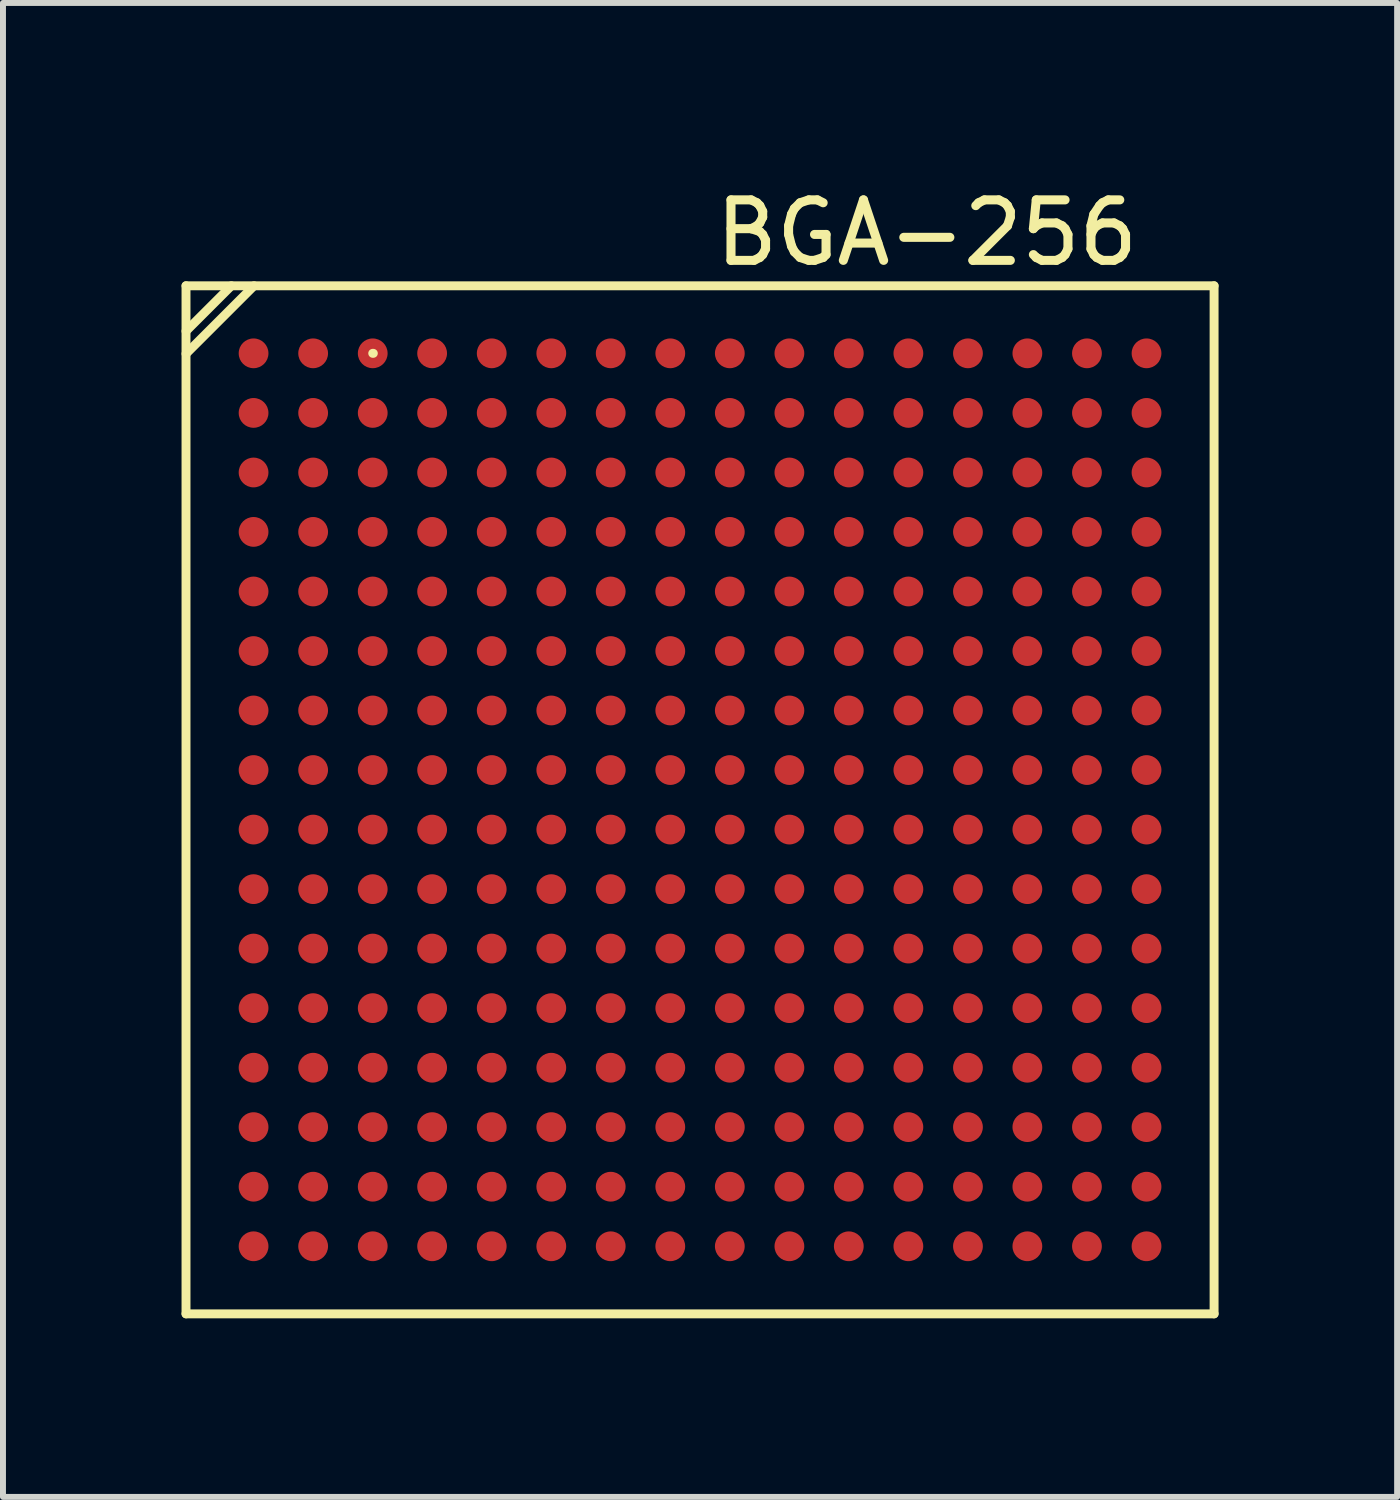
<source format=kicad_pcb>
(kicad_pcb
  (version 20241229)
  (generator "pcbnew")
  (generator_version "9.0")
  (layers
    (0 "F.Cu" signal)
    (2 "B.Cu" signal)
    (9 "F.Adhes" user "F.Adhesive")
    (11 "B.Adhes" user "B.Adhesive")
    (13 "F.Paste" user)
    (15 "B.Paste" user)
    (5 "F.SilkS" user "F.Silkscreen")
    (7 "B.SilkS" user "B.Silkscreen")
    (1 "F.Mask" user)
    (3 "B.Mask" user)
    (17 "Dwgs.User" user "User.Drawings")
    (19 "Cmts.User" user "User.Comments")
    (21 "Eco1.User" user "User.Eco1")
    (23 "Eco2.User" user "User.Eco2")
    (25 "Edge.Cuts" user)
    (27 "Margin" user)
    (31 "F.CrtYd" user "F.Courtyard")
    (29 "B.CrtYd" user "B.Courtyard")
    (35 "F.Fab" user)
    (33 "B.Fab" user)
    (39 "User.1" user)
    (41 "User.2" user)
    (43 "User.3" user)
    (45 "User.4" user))
  (footprint "BGA-256"
    (layer "F.Cu")
    (at 8.711 10.387)
    (property "Reference" "BGA-256" (at 3.81 -9.525 0) (layer "F.SilkS") (effects (font (size 1.016 1.016) (thickness 0.152))))
    (attr smd)
    (fp_line (start -8.636 -8.636) (end 8.636 -8.636) (stroke (width 0.15) (type solid)) (layer "F.SilkS"))
    (fp_line (start -8.636 -7.874) (end -7.874 -8.636) (stroke (width 0.15) (type solid)) (layer "F.SilkS"))
    (fp_line (start -8.636 -7.493) (end -7.493 -8.636) (stroke (width 0.15) (type solid)) (layer "F.SilkS"))
    (fp_line (start -8.636 8.636) (end -8.636 -8.636) (stroke (width 0.15) (type solid)) (layer "F.SilkS"))
    (fp_line (start -5.499 -7.501) (end -5.489 -7.501) (stroke (width 0.15) (type solid)) (layer "F.SilkS"))
    (fp_line (start 8.636 -8.636) (end 8.636 8.636) (stroke (width 0.15) (type solid)) (layer "F.SilkS"))
    (fp_line (start 8.636 8.636) (end -8.636 8.636) (stroke (width 0.15) (type solid)) (layer "F.SilkS"))
    (pad "A1" smd circle (at -7.501 -7.501) (size 0.5 0.5) (layers "F.Cu" "F.Mask" "F.Paste"))
    (pad "A2" smd circle (at -6.5 -7.501) (size 0.5 0.5) (layers "F.Cu" "F.Mask" "F.Paste"))
    (pad "A3" smd circle (at -5.499 -7.501) (size 0.5 0.5) (layers "F.Cu" "F.Mask" "F.Paste"))
    (pad "A4" smd circle (at -4.501 -7.501) (size 0.5 0.5) (layers "F.Cu" "F.Mask" "F.Paste"))
    (pad "A5" smd circle (at -3.5 -7.501) (size 0.5 0.5) (layers "F.Cu" "F.Mask" "F.Paste"))
    (pad "A6" smd circle (at -2.499 -7.501) (size 0.5 0.5) (layers "F.Cu" "F.Mask" "F.Paste"))
    (pad "A7" smd circle (at -1.501 -7.501) (size 0.5 0.5) (layers "F.Cu" "F.Mask" "F.Paste"))
    (pad "A8" smd circle (at -0.5 -7.501) (size 0.5 0.5) (layers "F.Cu" "F.Mask" "F.Paste"))
    (pad "A9" smd circle (at 0.5 -7.501) (size 0.5 0.5) (layers "F.Cu" "F.Mask" "F.Paste"))
    (pad "A10" smd circle (at 1.501 -7.501) (size 0.5 0.5) (layers "F.Cu" "F.Mask" "F.Paste"))
    (pad "A11" smd circle (at 2.499 -7.501) (size 0.5 0.5) (layers "F.Cu" "F.Mask" "F.Paste"))
    (pad "A12" smd circle (at 3.5 -7.501) (size 0.5 0.5) (layers "F.Cu" "F.Mask" "F.Paste"))
    (pad "A13" smd circle (at 4.501 -7.501) (size 0.5 0.5) (layers "F.Cu" "F.Mask" "F.Paste"))
    (pad "A14" smd circle (at 5.499 -7.501) (size 0.5 0.5) (layers "F.Cu" "F.Mask" "F.Paste"))
    (pad "A15" smd circle (at 6.5 -7.501) (size 0.5 0.5) (layers "F.Cu" "F.Mask" "F.Paste"))
    (pad "A16" smd circle (at 7.501 -7.501) (size 0.5 0.5) (layers "F.Cu" "F.Mask" "F.Paste"))
    (pad "B1" smd circle (at -7.501 -6.5) (size 0.5 0.5) (layers "F.Cu" "F.Mask" "F.Paste"))
    (pad "B2" smd circle (at -6.5 -6.5) (size 0.5 0.5) (layers "F.Cu" "F.Mask" "F.Paste"))
    (pad "B3" smd circle (at -5.499 -6.5) (size 0.5 0.5) (layers "F.Cu" "F.Mask" "F.Paste"))
    (pad "B4" smd circle (at -4.501 -6.5) (size 0.5 0.5) (layers "F.Cu" "F.Mask" "F.Paste"))
    (pad "B5" smd circle (at -3.5 -6.5) (size 0.5 0.5) (layers "F.Cu" "F.Mask" "F.Paste"))
    (pad "B6" smd circle (at -2.499 -6.5) (size 0.5 0.5) (layers "F.Cu" "F.Mask" "F.Paste"))
    (pad "B7" smd circle (at -1.501 -6.5) (size 0.5 0.5) (layers "F.Cu" "F.Mask" "F.Paste"))
    (pad "B8" smd circle (at -0.5 -6.5) (size 0.5 0.5) (layers "F.Cu" "F.Mask" "F.Paste"))
    (pad "B9" smd circle (at 0.5 -6.5) (size 0.5 0.5) (layers "F.Cu" "F.Mask" "F.Paste"))
    (pad "B10" smd circle (at 1.501 -6.5) (size 0.5 0.5) (layers "F.Cu" "F.Mask" "F.Paste"))
    (pad "B11" smd circle (at 2.499 -6.5) (size 0.5 0.5) (layers "F.Cu" "F.Mask" "F.Paste"))
    (pad "B12" smd circle (at 3.5 -6.5) (size 0.5 0.5) (layers "F.Cu" "F.Mask" "F.Paste"))
    (pad "B13" smd circle (at 4.501 -6.5) (size 0.5 0.5) (layers "F.Cu" "F.Mask" "F.Paste"))
    (pad "B14" smd circle (at 5.499 -6.5) (size 0.5 0.5) (layers "F.Cu" "F.Mask" "F.Paste"))
    (pad "B15" smd circle (at 6.5 -6.5) (size 0.5 0.5) (layers "F.Cu" "F.Mask" "F.Paste"))
    (pad "B16" smd circle (at 7.501 -6.5) (size 0.5 0.5) (layers "F.Cu" "F.Mask" "F.Paste"))
    (pad "C1" smd circle (at -7.501 -5.499) (size 0.5 0.5) (layers "F.Cu" "F.Mask" "F.Paste"))
    (pad "C2" smd circle (at -6.5 -5.499) (size 0.5 0.5) (layers "F.Cu" "F.Mask" "F.Paste"))
    (pad "C3" smd circle (at -5.499 -5.499) (size 0.5 0.5) (layers "F.Cu" "F.Mask" "F.Paste"))
    (pad "C4" smd circle (at -4.501 -5.499) (size 0.5 0.5) (layers "F.Cu" "F.Mask" "F.Paste"))
    (pad "C5" smd circle (at -3.5 -5.499) (size 0.5 0.5) (layers "F.Cu" "F.Mask" "F.Paste"))
    (pad "C6" smd circle (at -2.499 -5.499) (size 0.5 0.5) (layers "F.Cu" "F.Mask" "F.Paste"))
    (pad "C7" smd circle (at -1.501 -5.499) (size 0.5 0.5) (layers "F.Cu" "F.Mask" "F.Paste"))
    (pad "C8" smd circle (at -0.5 -5.499) (size 0.5 0.5) (layers "F.Cu" "F.Mask" "F.Paste"))
    (pad "C9" smd circle (at 0.5 -5.499) (size 0.5 0.5) (layers "F.Cu" "F.Mask" "F.Paste"))
    (pad "C10" smd circle (at 1.501 -5.499) (size 0.5 0.5) (layers "F.Cu" "F.Mask" "F.Paste"))
    (pad "C11" smd circle (at 2.499 -5.499) (size 0.5 0.5) (layers "F.Cu" "F.Mask" "F.Paste"))
    (pad "C12" smd circle (at 3.5 -5.499) (size 0.5 0.5) (layers "F.Cu" "F.Mask" "F.Paste"))
    (pad "C13" smd circle (at 4.501 -5.499) (size 0.5 0.5) (layers "F.Cu" "F.Mask" "F.Paste"))
    (pad "C14" smd circle (at 5.499 -5.499) (size 0.5 0.5) (layers "F.Cu" "F.Mask" "F.Paste"))
    (pad "C15" smd circle (at 6.5 -5.499) (size 0.5 0.5) (layers "F.Cu" "F.Mask" "F.Paste"))
    (pad "C16" smd circle (at 7.501 -5.499) (size 0.5 0.5) (layers "F.Cu" "F.Mask" "F.Paste"))
    (pad "D1" smd circle (at -7.501 -4.501) (size 0.5 0.5) (layers "F.Cu" "F.Mask" "F.Paste"))
    (pad "D2" smd circle (at -6.5 -4.501) (size 0.5 0.5) (layers "F.Cu" "F.Mask" "F.Paste"))
    (pad "D3" smd circle (at -5.499 -4.501) (size 0.5 0.5) (layers "F.Cu" "F.Mask" "F.Paste"))
    (pad "D4" smd circle (at -4.501 -4.501) (size 0.5 0.5) (layers "F.Cu" "F.Mask" "F.Paste"))
    (pad "D5" smd circle (at -3.5 -4.501) (size 0.5 0.5) (layers "F.Cu" "F.Mask" "F.Paste"))
    (pad "D6" smd circle (at -2.499 -4.501) (size 0.5 0.5) (layers "F.Cu" "F.Mask" "F.Paste"))
    (pad "D7" smd circle (at -1.501 -4.501) (size 0.5 0.5) (layers "F.Cu" "F.Mask" "F.Paste"))
    (pad "D8" smd circle (at -0.5 -4.501) (size 0.5 0.5) (layers "F.Cu" "F.Mask" "F.Paste"))
    (pad "D9" smd circle (at 0.5 -4.501) (size 0.5 0.5) (layers "F.Cu" "F.Mask" "F.Paste"))
    (pad "D10" smd circle (at 1.501 -4.501) (size 0.5 0.5) (layers "F.Cu" "F.Mask" "F.Paste"))
    (pad "D11" smd circle (at 2.499 -4.501) (size 0.5 0.5) (layers "F.Cu" "F.Mask" "F.Paste"))
    (pad "D12" smd circle (at 3.5 -4.501) (size 0.5 0.5) (layers "F.Cu" "F.Mask" "F.Paste"))
    (pad "D13" smd circle (at 4.501 -4.501) (size 0.5 0.5) (layers "F.Cu" "F.Mask" "F.Paste"))
    (pad "D14" smd circle (at 5.499 -4.501) (size 0.5 0.5) (layers "F.Cu" "F.Mask" "F.Paste"))
    (pad "D15" smd circle (at 6.5 -4.501) (size 0.5 0.5) (layers "F.Cu" "F.Mask" "F.Paste"))
    (pad "D16" smd circle (at 7.501 -4.501) (size 0.5 0.5) (layers "F.Cu" "F.Mask" "F.Paste"))
    (pad "E1" smd circle (at -7.501 -3.5) (size 0.5 0.5) (layers "F.Cu" "F.Mask" "F.Paste"))
    (pad "E2" smd circle (at -6.5 -3.5) (size 0.5 0.5) (layers "F.Cu" "F.Mask" "F.Paste"))
    (pad "E3" smd circle (at -5.499 -3.5) (size 0.5 0.5) (layers "F.Cu" "F.Mask" "F.Paste"))
    (pad "E4" smd circle (at -4.501 -3.5) (size 0.5 0.5) (layers "F.Cu" "F.Mask" "F.Paste"))
    (pad "E5" smd circle (at -3.5 -3.5) (size 0.5 0.5) (layers "F.Cu" "F.Mask" "F.Paste"))
    (pad "E6" smd circle (at -2.499 -3.5) (size 0.5 0.5) (layers "F.Cu" "F.Mask" "F.Paste"))
    (pad "E7" smd circle (at -1.501 -3.5) (size 0.5 0.5) (layers "F.Cu" "F.Mask" "F.Paste"))
    (pad "E8" smd circle (at -0.5 -3.5) (size 0.5 0.5) (layers "F.Cu" "F.Mask" "F.Paste"))
    (pad "E9" smd circle (at 0.5 -3.5) (size 0.5 0.5) (layers "F.Cu" "F.Mask" "F.Paste"))
    (pad "E10" smd circle (at 1.501 -3.5) (size 0.5 0.5) (layers "F.Cu" "F.Mask" "F.Paste"))
    (pad "E11" smd circle (at 2.499 -3.5) (size 0.5 0.5) (layers "F.Cu" "F.Mask" "F.Paste"))
    (pad "E12" smd circle (at 3.5 -3.5) (size 0.5 0.5) (layers "F.Cu" "F.Mask" "F.Paste"))
    (pad "E13" smd circle (at 4.501 -3.5) (size 0.5 0.5) (layers "F.Cu" "F.Mask" "F.Paste"))
    (pad "E14" smd circle (at 5.499 -3.5) (size 0.5 0.5) (layers "F.Cu" "F.Mask" "F.Paste"))
    (pad "E15" smd circle (at 6.5 -3.5) (size 0.5 0.5) (layers "F.Cu" "F.Mask" "F.Paste"))
    (pad "E16" smd circle (at 7.501 -3.5) (size 0.5 0.5) (layers "F.Cu" "F.Mask" "F.Paste"))
    (pad "F1" smd circle (at -7.501 -2.499) (size 0.5 0.5) (layers "F.Cu" "F.Mask" "F.Paste"))
    (pad "F2" smd circle (at -6.5 -2.499) (size 0.5 0.5) (layers "F.Cu" "F.Mask" "F.Paste"))
    (pad "F3" smd circle (at -5.499 -2.499) (size 0.5 0.5) (layers "F.Cu" "F.Mask" "F.Paste"))
    (pad "F4" smd circle (at -4.501 -2.499) (size 0.5 0.5) (layers "F.Cu" "F.Mask" "F.Paste"))
    (pad "F5" smd circle (at -3.5 -2.499) (size 0.5 0.5) (layers "F.Cu" "F.Mask" "F.Paste"))
    (pad "F6" smd circle (at -2.499 -2.499) (size 0.5 0.5) (layers "F.Cu" "F.Mask" "F.Paste"))
    (pad "F7" smd circle (at -1.501 -2.499) (size 0.5 0.5) (layers "F.Cu" "F.Mask" "F.Paste"))
    (pad "F8" smd circle (at -0.5 -2.499) (size 0.5 0.5) (layers "F.Cu" "F.Mask" "F.Paste"))
    (pad "F9" smd circle (at 0.5 -2.499) (size 0.5 0.5) (layers "F.Cu" "F.Mask" "F.Paste"))
    (pad "F10" smd circle (at 1.501 -2.499) (size 0.5 0.5) (layers "F.Cu" "F.Mask" "F.Paste"))
    (pad "F11" smd circle (at 2.499 -2.499) (size 0.5 0.5) (layers "F.Cu" "F.Mask" "F.Paste"))
    (pad "F12" smd circle (at 3.5 -2.499) (size 0.5 0.5) (layers "F.Cu" "F.Mask" "F.Paste"))
    (pad "F13" smd circle (at 4.501 -2.499) (size 0.5 0.5) (layers "F.Cu" "F.Mask" "F.Paste"))
    (pad "F14" smd circle (at 5.499 -2.499) (size 0.5 0.5) (layers "F.Cu" "F.Mask" "F.Paste"))
    (pad "F15" smd circle (at 6.5 -2.499) (size 0.5 0.5) (layers "F.Cu" "F.Mask" "F.Paste"))
    (pad "F16" smd circle (at 7.501 -2.499) (size 0.5 0.5) (layers "F.Cu" "F.Mask" "F.Paste"))
    (pad "G1" smd circle (at -7.501 -1.501) (size 0.5 0.5) (layers "F.Cu" "F.Mask" "F.Paste"))
    (pad "G2" smd circle (at -6.5 -1.501) (size 0.5 0.5) (layers "F.Cu" "F.Mask" "F.Paste"))
    (pad "G3" smd circle (at -5.499 -1.501) (size 0.5 0.5) (layers "F.Cu" "F.Mask" "F.Paste"))
    (pad "G4" smd circle (at -4.501 -1.501) (size 0.5 0.5) (layers "F.Cu" "F.Mask" "F.Paste"))
    (pad "G5" smd circle (at -3.5 -1.501) (size 0.5 0.5) (layers "F.Cu" "F.Mask" "F.Paste"))
    (pad "G6" smd circle (at -2.499 -1.501) (size 0.5 0.5) (layers "F.Cu" "F.Mask" "F.Paste"))
    (pad "G7" smd circle (at -1.501 -1.501) (size 0.5 0.5) (layers "F.Cu" "F.Mask" "F.Paste"))
    (pad "G8" smd circle (at -0.5 -1.501) (size 0.5 0.5) (layers "F.Cu" "F.Mask" "F.Paste"))
    (pad "G9" smd circle (at 0.5 -1.501) (size 0.5 0.5) (layers "F.Cu" "F.Mask" "F.Paste"))
    (pad "G10" smd circle (at 1.501 -1.501) (size 0.5 0.5) (layers "F.Cu" "F.Mask" "F.Paste"))
    (pad "G11" smd circle (at 2.499 -1.501) (size 0.5 0.5) (layers "F.Cu" "F.Mask" "F.Paste"))
    (pad "G12" smd circle (at 3.5 -1.501) (size 0.5 0.5) (layers "F.Cu" "F.Mask" "F.Paste"))
    (pad "G13" smd circle (at 4.501 -1.501) (size 0.5 0.5) (layers "F.Cu" "F.Mask" "F.Paste"))
    (pad "G14" smd circle (at 5.499 -1.501) (size 0.5 0.5) (layers "F.Cu" "F.Mask" "F.Paste"))
    (pad "G15" smd circle (at 6.5 -1.501) (size 0.5 0.5) (layers "F.Cu" "F.Mask" "F.Paste"))
    (pad "G16" smd circle (at 7.501 -1.501) (size 0.5 0.5) (layers "F.Cu" "F.Mask" "F.Paste"))
    (pad "H1" smd circle (at -7.501 -0.5) (size 0.5 0.5) (layers "F.Cu" "F.Mask" "F.Paste"))
    (pad "H2" smd circle (at -6.5 -0.5) (size 0.5 0.5) (layers "F.Cu" "F.Mask" "F.Paste"))
    (pad "H3" smd circle (at -5.499 -0.5) (size 0.5 0.5) (layers "F.Cu" "F.Mask" "F.Paste"))
    (pad "H4" smd circle (at -4.501 -0.5) (size 0.5 0.5) (layers "F.Cu" "F.Mask" "F.Paste"))
    (pad "H5" smd circle (at -3.5 -0.5) (size 0.5 0.5) (layers "F.Cu" "F.Mask" "F.Paste"))
    (pad "H6" smd circle (at -2.499 -0.5) (size 0.5 0.5) (layers "F.Cu" "F.Mask" "F.Paste"))
    (pad "H7" smd circle (at -1.501 -0.5) (size 0.5 0.5) (layers "F.Cu" "F.Mask" "F.Paste"))
    (pad "H8" smd circle (at -0.5 -0.5) (size 0.5 0.5) (layers "F.Cu" "F.Mask" "F.Paste"))
    (pad "H9" smd circle (at 0.5 -0.5) (size 0.5 0.5) (layers "F.Cu" "F.Mask" "F.Paste"))
    (pad "H10" smd circle (at 1.501 -0.5) (size 0.5 0.5) (layers "F.Cu" "F.Mask" "F.Paste"))
    (pad "H11" smd circle (at 2.499 -0.5) (size 0.5 0.5) (layers "F.Cu" "F.Mask" "F.Paste"))
    (pad "H12" smd circle (at 3.5 -0.5) (size 0.5 0.5) (layers "F.Cu" "F.Mask" "F.Paste"))
    (pad "H13" smd circle (at 4.501 -0.5) (size 0.5 0.5) (layers "F.Cu" "F.Mask" "F.Paste"))
    (pad "H14" smd circle (at 5.499 -0.5) (size 0.5 0.5) (layers "F.Cu" "F.Mask" "F.Paste"))
    (pad "H15" smd circle (at 6.5 -0.5) (size 0.5 0.5) (layers "F.Cu" "F.Mask" "F.Paste"))
    (pad "H16" smd circle (at 7.501 -0.5) (size 0.5 0.5) (layers "F.Cu" "F.Mask" "F.Paste"))
    (pad "J1" smd circle (at -7.501 0.5) (size 0.5 0.5) (layers "F.Cu" "F.Mask" "F.Paste"))
    (pad "J2" smd circle (at -6.5 0.5) (size 0.5 0.5) (layers "F.Cu" "F.Mask" "F.Paste"))
    (pad "J3" smd circle (at -5.499 0.5) (size 0.5 0.5) (layers "F.Cu" "F.Mask" "F.Paste"))
    (pad "J4" smd circle (at -4.501 0.5) (size 0.5 0.5) (layers "F.Cu" "F.Mask" "F.Paste"))
    (pad "J5" smd circle (at -3.5 0.5) (size 0.5 0.5) (layers "F.Cu" "F.Mask" "F.Paste"))
    (pad "J6" smd circle (at -2.499 0.5) (size 0.5 0.5) (layers "F.Cu" "F.Mask" "F.Paste"))
    (pad "J7" smd circle (at -1.501 0.5) (size 0.5 0.5) (layers "F.Cu" "F.Mask" "F.Paste"))
    (pad "J8" smd circle (at -0.5 0.5) (size 0.5 0.5) (layers "F.Cu" "F.Mask" "F.Paste"))
    (pad "J9" smd circle (at 0.5 0.5) (size 0.5 0.5) (layers "F.Cu" "F.Mask" "F.Paste"))
    (pad "J10" smd circle (at 1.501 0.5) (size 0.5 0.5) (layers "F.Cu" "F.Mask" "F.Paste"))
    (pad "J11" smd circle (at 2.499 0.5) (size 0.5 0.5) (layers "F.Cu" "F.Mask" "F.Paste"))
    (pad "J12" smd circle (at 3.5 0.5) (size 0.5 0.5) (layers "F.Cu" "F.Mask" "F.Paste"))
    (pad "J13" smd circle (at 4.501 0.5) (size 0.5 0.5) (layers "F.Cu" "F.Mask" "F.Paste"))
    (pad "J14" smd circle (at 5.499 0.5) (size 0.5 0.5) (layers "F.Cu" "F.Mask" "F.Paste"))
    (pad "J15" smd circle (at 6.5 0.5) (size 0.5 0.5) (layers "F.Cu" "F.Mask" "F.Paste"))
    (pad "J16" smd circle (at 7.501 0.5) (size 0.5 0.5) (layers "F.Cu" "F.Mask" "F.Paste"))
    (pad "K1" smd circle (at -7.501 1.501) (size 0.5 0.5) (layers "F.Cu" "F.Mask" "F.Paste"))
    (pad "K2" smd circle (at -6.5 1.501) (size 0.5 0.5) (layers "F.Cu" "F.Mask" "F.Paste"))
    (pad "K3" smd circle (at -5.499 1.501) (size 0.5 0.5) (layers "F.Cu" "F.Mask" "F.Paste"))
    (pad "K4" smd circle (at -4.501 1.501) (size 0.5 0.5) (layers "F.Cu" "F.Mask" "F.Paste"))
    (pad "K5" smd circle (at -3.5 1.501) (size 0.5 0.5) (layers "F.Cu" "F.Mask" "F.Paste"))
    (pad "K6" smd circle (at -2.499 1.501) (size 0.5 0.5) (layers "F.Cu" "F.Mask" "F.Paste"))
    (pad "K7" smd circle (at -1.501 1.501) (size 0.5 0.5) (layers "F.Cu" "F.Mask" "F.Paste"))
    (pad "K8" smd circle (at -0.5 1.501) (size 0.5 0.5) (layers "F.Cu" "F.Mask" "F.Paste"))
    (pad "K9" smd circle (at 0.5 1.501) (size 0.5 0.5) (layers "F.Cu" "F.Mask" "F.Paste"))
    (pad "K10" smd circle (at 1.501 1.501) (size 0.5 0.5) (layers "F.Cu" "F.Mask" "F.Paste"))
    (pad "K11" smd circle (at 2.499 1.501) (size 0.5 0.5) (layers "F.Cu" "F.Mask" "F.Paste"))
    (pad "K12" smd circle (at 3.5 1.501) (size 0.5 0.5) (layers "F.Cu" "F.Mask" "F.Paste"))
    (pad "K13" smd circle (at 4.501 1.501) (size 0.5 0.5) (layers "F.Cu" "F.Mask" "F.Paste"))
    (pad "K14" smd circle (at 5.499 1.501) (size 0.5 0.5) (layers "F.Cu" "F.Mask" "F.Paste"))
    (pad "K15" smd circle (at 6.5 1.501) (size 0.5 0.5) (layers "F.Cu" "F.Mask" "F.Paste"))
    (pad "K16" smd circle (at 7.501 1.501) (size 0.5 0.5) (layers "F.Cu" "F.Mask" "F.Paste"))
    (pad "L1" smd circle (at -7.501 2.499) (size 0.5 0.5) (layers "F.Cu" "F.Mask" "F.Paste"))
    (pad "L2" smd circle (at -6.5 2.499) (size 0.5 0.5) (layers "F.Cu" "F.Mask" "F.Paste"))
    (pad "L3" smd circle (at -5.499 2.499) (size 0.5 0.5) (layers "F.Cu" "F.Mask" "F.Paste"))
    (pad "L4" smd circle (at -4.501 2.499) (size 0.5 0.5) (layers "F.Cu" "F.Mask" "F.Paste"))
    (pad "L5" smd circle (at -3.5 2.499) (size 0.5 0.5) (layers "F.Cu" "F.Mask" "F.Paste"))
    (pad "L6" smd circle (at -2.499 2.499) (size 0.5 0.5) (layers "F.Cu" "F.Mask" "F.Paste"))
    (pad "L7" smd circle (at -1.501 2.499) (size 0.5 0.5) (layers "F.Cu" "F.Mask" "F.Paste"))
    (pad "L8" smd circle (at -0.5 2.499) (size 0.5 0.5) (layers "F.Cu" "F.Mask" "F.Paste"))
    (pad "L9" smd circle (at 0.5 2.499) (size 0.5 0.5) (layers "F.Cu" "F.Mask" "F.Paste"))
    (pad "L10" smd circle (at 1.501 2.499) (size 0.5 0.5) (layers "F.Cu" "F.Mask" "F.Paste"))
    (pad "L11" smd circle (at 2.499 2.499) (size 0.5 0.5) (layers "F.Cu" "F.Mask" "F.Paste"))
    (pad "L12" smd circle (at 3.5 2.499) (size 0.5 0.5) (layers "F.Cu" "F.Mask" "F.Paste"))
    (pad "L13" smd circle (at 4.501 2.499) (size 0.5 0.5) (layers "F.Cu" "F.Mask" "F.Paste"))
    (pad "L14" smd circle (at 5.499 2.499) (size 0.5 0.5) (layers "F.Cu" "F.Mask" "F.Paste"))
    (pad "L15" smd circle (at 6.5 2.499) (size 0.5 0.5) (layers "F.Cu" "F.Mask" "F.Paste"))
    (pad "L16" smd circle (at 7.501 2.499) (size 0.5 0.5) (layers "F.Cu" "F.Mask" "F.Paste"))
    (pad "M1" smd circle (at -7.501 3.5) (size 0.5 0.5) (layers "F.Cu" "F.Mask" "F.Paste"))
    (pad "M2" smd circle (at -6.5 3.5) (size 0.5 0.5) (layers "F.Cu" "F.Mask" "F.Paste"))
    (pad "M3" smd circle (at -5.499 3.5) (size 0.5 0.5) (layers "F.Cu" "F.Mask" "F.Paste"))
    (pad "M4" smd circle (at -4.501 3.5) (size 0.5 0.5) (layers "F.Cu" "F.Mask" "F.Paste"))
    (pad "M5" smd circle (at -3.5 3.5) (size 0.5 0.5) (layers "F.Cu" "F.Mask" "F.Paste"))
    (pad "M6" smd circle (at -2.499 3.5) (size 0.5 0.5) (layers "F.Cu" "F.Mask" "F.Paste"))
    (pad "M7" smd circle (at -1.501 3.5) (size 0.5 0.5) (layers "F.Cu" "F.Mask" "F.Paste"))
    (pad "M8" smd circle (at -0.5 3.5) (size 0.5 0.5) (layers "F.Cu" "F.Mask" "F.Paste"))
    (pad "M9" smd circle (at 0.5 3.5) (size 0.5 0.5) (layers "F.Cu" "F.Mask" "F.Paste"))
    (pad "M10" smd circle (at 1.501 3.5) (size 0.5 0.5) (layers "F.Cu" "F.Mask" "F.Paste"))
    (pad "M11" smd circle (at 2.499 3.5) (size 0.5 0.5) (layers "F.Cu" "F.Mask" "F.Paste"))
    (pad "M12" smd circle (at 3.5 3.5) (size 0.5 0.5) (layers "F.Cu" "F.Mask" "F.Paste"))
    (pad "M13" smd circle (at 4.501 3.5) (size 0.5 0.5) (layers "F.Cu" "F.Mask" "F.Paste"))
    (pad "M14" smd circle (at 5.499 3.5) (size 0.5 0.5) (layers "F.Cu" "F.Mask" "F.Paste"))
    (pad "M15" smd circle (at 6.5 3.5) (size 0.5 0.5) (layers "F.Cu" "F.Mask" "F.Paste"))
    (pad "M16" smd circle (at 7.501 3.5) (size 0.5 0.5) (layers "F.Cu" "F.Mask" "F.Paste"))
    (pad "N1" smd circle (at -7.501 4.501) (size 0.5 0.5) (layers "F.Cu" "F.Mask" "F.Paste"))
    (pad "N2" smd circle (at -6.5 4.501) (size 0.5 0.5) (layers "F.Cu" "F.Mask" "F.Paste"))
    (pad "N3" smd circle (at -5.499 4.501) (size 0.5 0.5) (layers "F.Cu" "F.Mask" "F.Paste"))
    (pad "N4" smd circle (at -4.501 4.501) (size 0.5 0.5) (layers "F.Cu" "F.Mask" "F.Paste"))
    (pad "N5" smd circle (at -3.5 4.501) (size 0.5 0.5) (layers "F.Cu" "F.Mask" "F.Paste"))
    (pad "N6" smd circle (at -2.499 4.501) (size 0.5 0.5) (layers "F.Cu" "F.Mask" "F.Paste"))
    (pad "N7" smd circle (at -1.501 4.501) (size 0.5 0.5) (layers "F.Cu" "F.Mask" "F.Paste"))
    (pad "N8" smd circle (at -0.5 4.501) (size 0.5 0.5) (layers "F.Cu" "F.Mask" "F.Paste"))
    (pad "N9" smd circle (at 0.5 4.501) (size 0.5 0.5) (layers "F.Cu" "F.Mask" "F.Paste"))
    (pad "N10" smd circle (at 1.501 4.501) (size 0.5 0.5) (layers "F.Cu" "F.Mask" "F.Paste"))
    (pad "N11" smd circle (at 2.499 4.501) (size 0.5 0.5) (layers "F.Cu" "F.Mask" "F.Paste"))
    (pad "N12" smd circle (at 3.5 4.501) (size 0.5 0.5) (layers "F.Cu" "F.Mask" "F.Paste"))
    (pad "N13" smd circle (at 4.501 4.501) (size 0.5 0.5) (layers "F.Cu" "F.Mask" "F.Paste"))
    (pad "N14" smd circle (at 5.499 4.501) (size 0.5 0.5) (layers "F.Cu" "F.Mask" "F.Paste"))
    (pad "N15" smd circle (at 6.5 4.501) (size 0.5 0.5) (layers "F.Cu" "F.Mask" "F.Paste"))
    (pad "N16" smd circle (at 7.501 4.501) (size 0.5 0.5) (layers "F.Cu" "F.Mask" "F.Paste"))
    (pad "P1" smd circle (at -7.501 5.499) (size 0.5 0.5) (layers "F.Cu" "F.Mask" "F.Paste"))
    (pad "P2" smd circle (at -6.5 5.499) (size 0.5 0.5) (layers "F.Cu" "F.Mask" "F.Paste"))
    (pad "P3" smd circle (at -5.499 5.499) (size 0.5 0.5) (layers "F.Cu" "F.Mask" "F.Paste"))
    (pad "P4" smd circle (at -4.501 5.499) (size 0.5 0.5) (layers "F.Cu" "F.Mask" "F.Paste"))
    (pad "P5" smd circle (at -3.5 5.499) (size 0.5 0.5) (layers "F.Cu" "F.Mask" "F.Paste"))
    (pad "P6" smd circle (at -2.499 5.499) (size 0.5 0.5) (layers "F.Cu" "F.Mask" "F.Paste"))
    (pad "P7" smd circle (at -1.501 5.499) (size 0.5 0.5) (layers "F.Cu" "F.Mask" "F.Paste"))
    (pad "P8" smd circle (at -0.5 5.499) (size 0.5 0.5) (layers "F.Cu" "F.Mask" "F.Paste"))
    (pad "P9" smd circle (at 0.5 5.499) (size 0.5 0.5) (layers "F.Cu" "F.Mask" "F.Paste"))
    (pad "P10" smd circle (at 1.501 5.499) (size 0.5 0.5) (layers "F.Cu" "F.Mask" "F.Paste"))
    (pad "P11" smd circle (at 2.499 5.499) (size 0.5 0.5) (layers "F.Cu" "F.Mask" "F.Paste"))
    (pad "P12" smd circle (at 3.5 5.499) (size 0.5 0.5) (layers "F.Cu" "F.Mask" "F.Paste"))
    (pad "P13" smd circle (at 4.501 5.499) (size 0.5 0.5) (layers "F.Cu" "F.Mask" "F.Paste"))
    (pad "P14" smd circle (at 5.499 5.499) (size 0.5 0.5) (layers "F.Cu" "F.Mask" "F.Paste"))
    (pad "P15" smd circle (at 6.5 5.499) (size 0.5 0.5) (layers "F.Cu" "F.Mask" "F.Paste"))
    (pad "P16" smd circle (at 7.501 5.499) (size 0.5 0.5) (layers "F.Cu" "F.Mask" "F.Paste"))
    (pad "R1" smd circle (at -7.501 6.5) (size 0.5 0.5) (layers "F.Cu" "F.Mask" "F.Paste"))
    (pad "R2" smd circle (at -6.5 6.5) (size 0.5 0.5) (layers "F.Cu" "F.Mask" "F.Paste"))
    (pad "R3" smd circle (at -5.499 6.5) (size 0.5 0.5) (layers "F.Cu" "F.Mask" "F.Paste"))
    (pad "R4" smd circle (at -4.501 6.5) (size 0.5 0.5) (layers "F.Cu" "F.Mask" "F.Paste"))
    (pad "R5" smd circle (at -3.5 6.5) (size 0.5 0.5) (layers "F.Cu" "F.Mask" "F.Paste"))
    (pad "R6" smd circle (at -2.499 6.5) (size 0.5 0.5) (layers "F.Cu" "F.Mask" "F.Paste"))
    (pad "R7" smd circle (at -1.501 6.5) (size 0.5 0.5) (layers "F.Cu" "F.Mask" "F.Paste"))
    (pad "R8" smd circle (at -0.5 6.5) (size 0.5 0.5) (layers "F.Cu" "F.Mask" "F.Paste"))
    (pad "R9" smd circle (at 0.5 6.5) (size 0.5 0.5) (layers "F.Cu" "F.Mask" "F.Paste"))
    (pad "R10" smd circle (at 1.501 6.5) (size 0.5 0.5) (layers "F.Cu" "F.Mask" "F.Paste"))
    (pad "R11" smd circle (at 2.499 6.5) (size 0.5 0.5) (layers "F.Cu" "F.Mask" "F.Paste"))
    (pad "R12" smd circle (at 3.5 6.5) (size 0.5 0.5) (layers "F.Cu" "F.Mask" "F.Paste"))
    (pad "R13" smd circle (at 4.501 6.5) (size 0.5 0.5) (layers "F.Cu" "F.Mask" "F.Paste"))
    (pad "R14" smd circle (at 5.499 6.5) (size 0.5 0.5) (layers "F.Cu" "F.Mask" "F.Paste"))
    (pad "R15" smd circle (at 6.5 6.5) (size 0.5 0.5) (layers "F.Cu" "F.Mask" "F.Paste"))
    (pad "R16" smd circle (at 7.501 6.5) (size 0.5 0.5) (layers "F.Cu" "F.Mask" "F.Paste"))
    (pad "T1" smd circle (at -7.501 7.501) (size 0.5 0.5) (layers "F.Cu" "F.Mask" "F.Paste"))
    (pad "T2" smd circle (at -6.5 7.501) (size 0.5 0.5) (layers "F.Cu" "F.Mask" "F.Paste"))
    (pad "T3" smd circle (at -5.499 7.501) (size 0.5 0.5) (layers "F.Cu" "F.Mask" "F.Paste"))
    (pad "T4" smd circle (at -4.501 7.501) (size 0.5 0.5) (layers "F.Cu" "F.Mask" "F.Paste"))
    (pad "T5" smd circle (at -3.5 7.501) (size 0.5 0.5) (layers "F.Cu" "F.Mask" "F.Paste"))
    (pad "T6" smd circle (at -2.499 7.501) (size 0.5 0.5) (layers "F.Cu" "F.Mask" "F.Paste"))
    (pad "T7" smd circle (at -1.501 7.501) (size 0.5 0.5) (layers "F.Cu" "F.Mask" "F.Paste"))
    (pad "T8" smd circle (at -0.5 7.501) (size 0.5 0.5) (layers "F.Cu" "F.Mask" "F.Paste"))
    (pad "T9" smd circle (at 0.5 7.501) (size 0.5 0.5) (layers "F.Cu" "F.Mask" "F.Paste"))
    (pad "T10" smd circle (at 1.501 7.501) (size 0.5 0.5) (layers "F.Cu" "F.Mask" "F.Paste"))
    (pad "T11" smd circle (at 2.499 7.501) (size 0.5 0.5) (layers "F.Cu" "F.Mask" "F.Paste"))
    (pad "T12" smd circle (at 3.5 7.501) (size 0.5 0.5) (layers "F.Cu" "F.Mask" "F.Paste"))
    (pad "T13" smd circle (at 4.501 7.501) (size 0.5 0.5) (layers "F.Cu" "F.Mask" "F.Paste"))
    (pad "T14" smd circle (at 5.499 7.501) (size 0.5 0.5) (layers "F.Cu" "F.Mask" "F.Paste"))
    (pad "T15" smd circle (at 6.5 7.501) (size 0.5 0.5) (layers "F.Cu" "F.Mask" "F.Paste"))
    (pad "T16" smd circle (at 7.501 7.501) (size 0.5 0.5) (layers "F.Cu" "F.Mask" "F.Paste")))
  (gr_rect
    (start -3 -3)
    (end 20.422 22.098)
    (stroke (width 0.1) (type default))
    (fill no)
    (layer "Edge.Cuts")))
</source>
